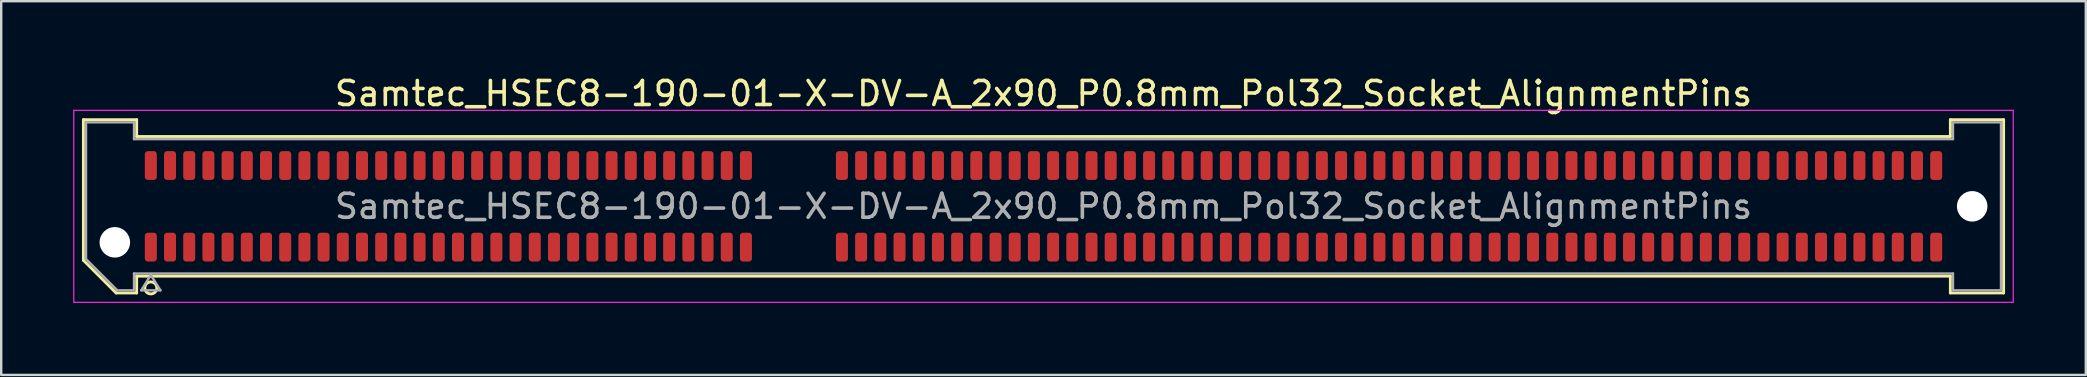
<source format=kicad_pcb>
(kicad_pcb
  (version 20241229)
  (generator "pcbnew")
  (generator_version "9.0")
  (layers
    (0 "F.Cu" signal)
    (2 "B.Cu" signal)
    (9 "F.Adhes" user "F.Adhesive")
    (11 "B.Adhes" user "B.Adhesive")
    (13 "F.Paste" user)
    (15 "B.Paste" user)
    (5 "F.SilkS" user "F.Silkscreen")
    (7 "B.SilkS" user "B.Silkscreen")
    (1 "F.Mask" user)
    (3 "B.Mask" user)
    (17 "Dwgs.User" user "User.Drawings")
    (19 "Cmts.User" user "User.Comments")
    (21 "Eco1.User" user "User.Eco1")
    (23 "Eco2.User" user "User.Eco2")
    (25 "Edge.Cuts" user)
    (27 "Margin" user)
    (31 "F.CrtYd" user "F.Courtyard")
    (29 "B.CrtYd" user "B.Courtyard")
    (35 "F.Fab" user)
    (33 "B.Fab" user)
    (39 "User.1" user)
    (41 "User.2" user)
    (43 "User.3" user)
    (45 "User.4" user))
  (footprint "Samtec_HSEC8-190-01-X-DV-A_2x90_P0.8mm_Pol32_Socket_AlignmentPins"
    (layer "F.Cu")
    (at 40.435 5.548)
    (property "Reference" "Samtec_HSEC8-190-01-X-DV-A_2x90_P0.8mm_Pol32_Socket_AlignmentPins" (at 0 -4.7 0) (layer "F.SilkS") (effects (font (size 1 1) (thickness 0.15))))
    (attr smd)
    (fp_line (start -40.01 -3.61) (end -37.79 -3.61) (stroke (width 0.12) (type solid)) (layer "F.SilkS"))
    (fp_line (start -40.01 2.246) (end -40.01 -3.61) (stroke (width 0.12) (type solid)) (layer "F.SilkS"))
    (fp_line (start -38.646 3.61) (end -40.01 2.246) (stroke (width 0.12) (type solid)) (layer "F.SilkS"))
    (fp_line (start -37.79 -3.61) (end -37.79 -2.91) (stroke (width 0.12) (type solid)) (layer "F.SilkS"))
    (fp_line (start -37.79 -2.91) (end 37.79 -2.91) (stroke (width 0.12) (type solid)) (layer "F.SilkS"))
    (fp_line (start -37.79 2.91) (end -37.79 3.61) (stroke (width 0.12) (type solid)) (layer "F.SilkS"))
    (fp_line (start -37.79 3.61) (end -38.646 3.61) (stroke (width 0.12) (type solid)) (layer "F.SilkS"))
    (fp_line (start 37.79 -3.61) (end 40.01 -3.61) (stroke (width 0.12) (type solid)) (layer "F.SilkS"))
    (fp_line (start 37.79 -2.91) (end 37.79 -3.61) (stroke (width 0.12) (type solid)) (layer "F.SilkS"))
    (fp_line (start 37.79 2.91) (end -37.79 2.91) (stroke (width 0.12) (type solid)) (layer "F.SilkS"))
    (fp_line (start 37.79 3.61) (end 37.79 2.91) (stroke (width 0.12) (type solid)) (layer "F.SilkS"))
    (fp_line (start 40.01 -3.61) (end 40.01 3.61) (stroke (width 0.12) (type solid)) (layer "F.SilkS"))
    (fp_line (start 40.01 3.61) (end 37.79 3.61) (stroke (width 0.12) (type solid)) (layer "F.SilkS"))
    (fp_arc (start -36.95 3.4) (mid -37.45 3.4) (end -36.95 3.4) (stroke (width 0.12) (type solid)) (layer "F.SilkS"))
    (fp_line (start -40.41 -4) (end -40.41 4) (stroke (width 0.05) (type solid)) (layer "F.CrtYd"))
    (fp_line (start -40.41 4) (end 40.41 4) (stroke (width 0.05) (type solid)) (layer "F.CrtYd"))
    (fp_line (start 40.41 -4) (end -40.41 -4) (stroke (width 0.05) (type solid)) (layer "F.CrtYd"))
    (fp_line (start 40.41 4) (end 40.41 -4) (stroke (width 0.05) (type solid)) (layer "F.CrtYd"))
    (fp_line (start -39.9 -3.5) (end -37.9 -3.5) (stroke (width 0.1) (type solid)) (layer "F.Fab"))
    (fp_line (start -39.9 2.2) (end -39.9 -3.5) (stroke (width 0.1) (type solid)) (layer "F.Fab"))
    (fp_line (start -38.6 3.5) (end -39.9 2.2) (stroke (width 0.1) (type solid)) (layer "F.Fab"))
    (fp_line (start -37.9 -3.5) (end -37.9 -2.8) (stroke (width 0.1) (type solid)) (layer "F.Fab"))
    (fp_line (start -37.9 -2.8) (end 37.9 -2.8) (stroke (width 0.1) (type solid)) (layer "F.Fab"))
    (fp_line (start -37.9 2.8) (end -37.9 3.5) (stroke (width 0.1) (type solid)) (layer "F.Fab"))
    (fp_line (start -37.9 3.5) (end -38.6 3.5) (stroke (width 0.1) (type solid)) (layer "F.Fab"))
    (fp_line (start -37.6 3.5) (end -37.2 2.86) (stroke (width 0.1) (type solid)) (layer "F.Fab"))
    (fp_line (start -37.2 2.86) (end -36.8 3.5) (stroke (width 0.1) (type solid)) (layer "F.Fab"))
    (fp_line (start -36.8 3.5) (end -37.6 3.5) (stroke (width 0.1) (type solid)) (layer "F.Fab"))
    (fp_line (start 37.9 -3.5) (end 39.9 -3.5) (stroke (width 0.1) (type solid)) (layer "F.Fab"))
    (fp_line (start 37.9 -2.8) (end 37.9 -3.5) (stroke (width 0.1) (type solid)) (layer "F.Fab"))
    (fp_line (start 37.9 2.8) (end -37.9 2.8) (stroke (width 0.1) (type solid)) (layer "F.Fab"))
    (fp_line (start 37.9 3.5) (end 37.9 2.8) (stroke (width 0.1) (type solid)) (layer "F.Fab"))
    (fp_line (start 39.9 -3.5) (end 39.9 3.5) (stroke (width 0.1) (type solid)) (layer "F.Fab"))
    (fp_line (start 39.9 3.5) (end 37.9 3.5) (stroke (width 0.1) (type solid)) (layer "F.Fab"))
    (fp_text user "${REFERENCE}" (at 0 0 0) (layer "F.Fab") (effects (font (size 1 1) (thickness 0.15))))
    (pad "" np_thru_hole circle (at -38.7 1.5) (size 1.27 1.27) (drill 1.27) (layers "*.Cu" "*.Mask"))
    (pad "" np_thru_hole circle (at 38.7 0) (size 1.27 1.27) (drill 1.27) (layers "*.Cu" "*.Mask"))
    (pad "1" smd roundrect (at -37.2 1.7) (size 0.5 1.2) (layers "F.Cu" "F.Mask" "F.Paste") (roundrect_rratio 0.25))
    (pad "2" smd roundrect (at -37.2 -1.7) (size 0.5 1.2) (layers "F.Cu" "F.Mask" "F.Paste") (roundrect_rratio 0.25))
    (pad "3" smd roundrect (at -36.4 1.7) (size 0.5 1.2) (layers "F.Cu" "F.Mask" "F.Paste") (roundrect_rratio 0.25))
    (pad "4" smd roundrect (at -36.4 -1.7) (size 0.5 1.2) (layers "F.Cu" "F.Mask" "F.Paste") (roundrect_rratio 0.25))
    (pad "5" smd roundrect (at -35.6 1.7) (size 0.5 1.2) (layers "F.Cu" "F.Mask" "F.Paste") (roundrect_rratio 0.25))
    (pad "6" smd roundrect (at -35.6 -1.7) (size 0.5 1.2) (layers "F.Cu" "F.Mask" "F.Paste") (roundrect_rratio 0.25))
    (pad "7" smd roundrect (at -34.8 1.7) (size 0.5 1.2) (layers "F.Cu" "F.Mask" "F.Paste") (roundrect_rratio 0.25))
    (pad "8" smd roundrect (at -34.8 -1.7) (size 0.5 1.2) (layers "F.Cu" "F.Mask" "F.Paste") (roundrect_rratio 0.25))
    (pad "9" smd roundrect (at -34 1.7) (size 0.5 1.2) (layers "F.Cu" "F.Mask" "F.Paste") (roundrect_rratio 0.25))
    (pad "10" smd roundrect (at -34 -1.7) (size 0.5 1.2) (layers "F.Cu" "F.Mask" "F.Paste") (roundrect_rratio 0.25))
    (pad "11" smd roundrect (at -33.2 1.7) (size 0.5 1.2) (layers "F.Cu" "F.Mask" "F.Paste") (roundrect_rratio 0.25))
    (pad "12" smd roundrect (at -33.2 -1.7) (size 0.5 1.2) (layers "F.Cu" "F.Mask" "F.Paste") (roundrect_rratio 0.25))
    (pad "13" smd roundrect (at -32.4 1.7) (size 0.5 1.2) (layers "F.Cu" "F.Mask" "F.Paste") (roundrect_rratio 0.25))
    (pad "14" smd roundrect (at -32.4 -1.7) (size 0.5 1.2) (layers "F.Cu" "F.Mask" "F.Paste") (roundrect_rratio 0.25))
    (pad "15" smd roundrect (at -31.6 1.7) (size 0.5 1.2) (layers "F.Cu" "F.Mask" "F.Paste") (roundrect_rratio 0.25))
    (pad "16" smd roundrect (at -31.6 -1.7) (size 0.5 1.2) (layers "F.Cu" "F.Mask" "F.Paste") (roundrect_rratio 0.25))
    (pad "17" smd roundrect (at -30.8 1.7) (size 0.5 1.2) (layers "F.Cu" "F.Mask" "F.Paste") (roundrect_rratio 0.25))
    (pad "18" smd roundrect (at -30.8 -1.7) (size 0.5 1.2) (layers "F.Cu" "F.Mask" "F.Paste") (roundrect_rratio 0.25))
    (pad "19" smd roundrect (at -30 1.7) (size 0.5 1.2) (layers "F.Cu" "F.Mask" "F.Paste") (roundrect_rratio 0.25))
    (pad "20" smd roundrect (at -30 -1.7) (size 0.5 1.2) (layers "F.Cu" "F.Mask" "F.Paste") (roundrect_rratio 0.25))
    (pad "21" smd roundrect (at -29.2 1.7) (size 0.5 1.2) (layers "F.Cu" "F.Mask" "F.Paste") (roundrect_rratio 0.25))
    (pad "22" smd roundrect (at -29.2 -1.7) (size 0.5 1.2) (layers "F.Cu" "F.Mask" "F.Paste") (roundrect_rratio 0.25))
    (pad "23" smd roundrect (at -28.4 1.7) (size 0.5 1.2) (layers "F.Cu" "F.Mask" "F.Paste") (roundrect_rratio 0.25))
    (pad "24" smd roundrect (at -28.4 -1.7) (size 0.5 1.2) (layers "F.Cu" "F.Mask" "F.Paste") (roundrect_rratio 0.25))
    (pad "25" smd roundrect (at -27.6 1.7) (size 0.5 1.2) (layers "F.Cu" "F.Mask" "F.Paste") (roundrect_rratio 0.25))
    (pad "26" smd roundrect (at -27.6 -1.7) (size 0.5 1.2) (layers "F.Cu" "F.Mask" "F.Paste") (roundrect_rratio 0.25))
    (pad "27" smd roundrect (at -26.8 1.7) (size 0.5 1.2) (layers "F.Cu" "F.Mask" "F.Paste") (roundrect_rratio 0.25))
    (pad "28" smd roundrect (at -26.8 -1.7) (size 0.5 1.2) (layers "F.Cu" "F.Mask" "F.Paste") (roundrect_rratio 0.25))
    (pad "29" smd roundrect (at -26 1.7) (size 0.5 1.2) (layers "F.Cu" "F.Mask" "F.Paste") (roundrect_rratio 0.25))
    (pad "30" smd roundrect (at -26 -1.7) (size 0.5 1.2) (layers "F.Cu" "F.Mask" "F.Paste") (roundrect_rratio 0.25))
    (pad "31" smd roundrect (at -25.2 1.7) (size 0.5 1.2) (layers "F.Cu" "F.Mask" "F.Paste") (roundrect_rratio 0.25))
    (pad "32" smd roundrect (at -25.2 -1.7) (size 0.5 1.2) (layers "F.Cu" "F.Mask" "F.Paste") (roundrect_rratio 0.25))
    (pad "33" smd roundrect (at -24.4 1.7) (size 0.5 1.2) (layers "F.Cu" "F.Mask" "F.Paste") (roundrect_rratio 0.25))
    (pad "34" smd roundrect (at -24.4 -1.7) (size 0.5 1.2) (layers "F.Cu" "F.Mask" "F.Paste") (roundrect_rratio 0.25))
    (pad "35" smd roundrect (at -23.6 1.7) (size 0.5 1.2) (layers "F.Cu" "F.Mask" "F.Paste") (roundrect_rratio 0.25))
    (pad "36" smd roundrect (at -23.6 -1.7) (size 0.5 1.2) (layers "F.Cu" "F.Mask" "F.Paste") (roundrect_rratio 0.25))
    (pad "37" smd roundrect (at -22.8 1.7) (size 0.5 1.2) (layers "F.Cu" "F.Mask" "F.Paste") (roundrect_rratio 0.25))
    (pad "38" smd roundrect (at -22.8 -1.7) (size 0.5 1.2) (layers "F.Cu" "F.Mask" "F.Paste") (roundrect_rratio 0.25))
    (pad "39" smd roundrect (at -22 1.7) (size 0.5 1.2) (layers "F.Cu" "F.Mask" "F.Paste") (roundrect_rratio 0.25))
    (pad "40" smd roundrect (at -22 -1.7) (size 0.5 1.2) (layers "F.Cu" "F.Mask" "F.Paste") (roundrect_rratio 0.25))
    (pad "41" smd roundrect (at -21.2 1.7) (size 0.5 1.2) (layers "F.Cu" "F.Mask" "F.Paste") (roundrect_rratio 0.25))
    (pad "42" smd roundrect (at -21.2 -1.7) (size 0.5 1.2) (layers "F.Cu" "F.Mask" "F.Paste") (roundrect_rratio 0.25))
    (pad "43" smd roundrect (at -20.4 1.7) (size 0.5 1.2) (layers "F.Cu" "F.Mask" "F.Paste") (roundrect_rratio 0.25))
    (pad "44" smd roundrect (at -20.4 -1.7) (size 0.5 1.2) (layers "F.Cu" "F.Mask" "F.Paste") (roundrect_rratio 0.25))
    (pad "45" smd roundrect (at -19.6 1.7) (size 0.5 1.2) (layers "F.Cu" "F.Mask" "F.Paste") (roundrect_rratio 0.25))
    (pad "46" smd roundrect (at -19.6 -1.7) (size 0.5 1.2) (layers "F.Cu" "F.Mask" "F.Paste") (roundrect_rratio 0.25))
    (pad "47" smd roundrect (at -18.8 1.7) (size 0.5 1.2) (layers "F.Cu" "F.Mask" "F.Paste") (roundrect_rratio 0.25))
    (pad "48" smd roundrect (at -18.8 -1.7) (size 0.5 1.2) (layers "F.Cu" "F.Mask" "F.Paste") (roundrect_rratio 0.25))
    (pad "49" smd roundrect (at -18 1.7) (size 0.5 1.2) (layers "F.Cu" "F.Mask" "F.Paste") (roundrect_rratio 0.25))
    (pad "50" smd roundrect (at -18 -1.7) (size 0.5 1.2) (layers "F.Cu" "F.Mask" "F.Paste") (roundrect_rratio 0.25))
    (pad "51" smd roundrect (at -17.2 1.7) (size 0.5 1.2) (layers "F.Cu" "F.Mask" "F.Paste") (roundrect_rratio 0.25))
    (pad "52" smd roundrect (at -17.2 -1.7) (size 0.5 1.2) (layers "F.Cu" "F.Mask" "F.Paste") (roundrect_rratio 0.25))
    (pad "53" smd roundrect (at -16.4 1.7) (size 0.5 1.2) (layers "F.Cu" "F.Mask" "F.Paste") (roundrect_rratio 0.25))
    (pad "54" smd roundrect (at -16.4 -1.7) (size 0.5 1.2) (layers "F.Cu" "F.Mask" "F.Paste") (roundrect_rratio 0.25))
    (pad "55" smd roundrect (at -15.6 1.7) (size 0.5 1.2) (layers "F.Cu" "F.Mask" "F.Paste") (roundrect_rratio 0.25))
    (pad "56" smd roundrect (at -15.6 -1.7) (size 0.5 1.2) (layers "F.Cu" "F.Mask" "F.Paste") (roundrect_rratio 0.25))
    (pad "57" smd roundrect (at -14.8 1.7) (size 0.5 1.2) (layers "F.Cu" "F.Mask" "F.Paste") (roundrect_rratio 0.25))
    (pad "58" smd roundrect (at -14.8 -1.7) (size 0.5 1.2) (layers "F.Cu" "F.Mask" "F.Paste") (roundrect_rratio 0.25))
    (pad "59" smd roundrect (at -14 1.7) (size 0.5 1.2) (layers "F.Cu" "F.Mask" "F.Paste") (roundrect_rratio 0.25))
    (pad "60" smd roundrect (at -14 -1.7) (size 0.5 1.2) (layers "F.Cu" "F.Mask" "F.Paste") (roundrect_rratio 0.25))
    (pad "61" smd roundrect (at -13.2 1.7) (size 0.5 1.2) (layers "F.Cu" "F.Mask" "F.Paste") (roundrect_rratio 0.25))
    (pad "62" smd roundrect (at -13.2 -1.7) (size 0.5 1.2) (layers "F.Cu" "F.Mask" "F.Paste") (roundrect_rratio 0.25))
    (pad "63" smd roundrect (at -12.4 1.7) (size 0.5 1.2) (layers "F.Cu" "F.Mask" "F.Paste") (roundrect_rratio 0.25))
    (pad "64" smd roundrect (at -12.4 -1.7) (size 0.5 1.2) (layers "F.Cu" "F.Mask" "F.Paste") (roundrect_rratio 0.25))
    (pad "65" smd roundrect (at -8.4 1.7) (size 0.5 1.2) (layers "F.Cu" "F.Mask" "F.Paste") (roundrect_rratio 0.25))
    (pad "66" smd roundrect (at -8.4 -1.7) (size 0.5 1.2) (layers "F.Cu" "F.Mask" "F.Paste") (roundrect_rratio 0.25))
    (pad "67" smd roundrect (at -7.6 1.7) (size 0.5 1.2) (layers "F.Cu" "F.Mask" "F.Paste") (roundrect_rratio 0.25))
    (pad "68" smd roundrect (at -7.6 -1.7) (size 0.5 1.2) (layers "F.Cu" "F.Mask" "F.Paste") (roundrect_rratio 0.25))
    (pad "69" smd roundrect (at -6.8 1.7) (size 0.5 1.2) (layers "F.Cu" "F.Mask" "F.Paste") (roundrect_rratio 0.25))
    (pad "70" smd roundrect (at -6.8 -1.7) (size 0.5 1.2) (layers "F.Cu" "F.Mask" "F.Paste") (roundrect_rratio 0.25))
    (pad "71" smd roundrect (at -6 1.7) (size 0.5 1.2) (layers "F.Cu" "F.Mask" "F.Paste") (roundrect_rratio 0.25))
    (pad "72" smd roundrect (at -6 -1.7) (size 0.5 1.2) (layers "F.Cu" "F.Mask" "F.Paste") (roundrect_rratio 0.25))
    (pad "73" smd roundrect (at -5.2 1.7) (size 0.5 1.2) (layers "F.Cu" "F.Mask" "F.Paste") (roundrect_rratio 0.25))
    (pad "74" smd roundrect (at -5.2 -1.7) (size 0.5 1.2) (layers "F.Cu" "F.Mask" "F.Paste") (roundrect_rratio 0.25))
    (pad "75" smd roundrect (at -4.4 1.7) (size 0.5 1.2) (layers "F.Cu" "F.Mask" "F.Paste") (roundrect_rratio 0.25))
    (pad "76" smd roundrect (at -4.4 -1.7) (size 0.5 1.2) (layers "F.Cu" "F.Mask" "F.Paste") (roundrect_rratio 0.25))
    (pad "77" smd roundrect (at -3.6 1.7) (size 0.5 1.2) (layers "F.Cu" "F.Mask" "F.Paste") (roundrect_rratio 0.25))
    (pad "78" smd roundrect (at -3.6 -1.7) (size 0.5 1.2) (layers "F.Cu" "F.Mask" "F.Paste") (roundrect_rratio 0.25))
    (pad "79" smd roundrect (at -2.8 1.7) (size 0.5 1.2) (layers "F.Cu" "F.Mask" "F.Paste") (roundrect_rratio 0.25))
    (pad "80" smd roundrect (at -2.8 -1.7) (size 0.5 1.2) (layers "F.Cu" "F.Mask" "F.Paste") (roundrect_rratio 0.25))
    (pad "81" smd roundrect (at -2 1.7) (size 0.5 1.2) (layers "F.Cu" "F.Mask" "F.Paste") (roundrect_rratio 0.25))
    (pad "82" smd roundrect (at -2 -1.7) (size 0.5 1.2) (layers "F.Cu" "F.Mask" "F.Paste") (roundrect_rratio 0.25))
    (pad "83" smd roundrect (at -1.2 1.7) (size 0.5 1.2) (layers "F.Cu" "F.Mask" "F.Paste") (roundrect_rratio 0.25))
    (pad "84" smd roundrect (at -1.2 -1.7) (size 0.5 1.2) (layers "F.Cu" "F.Mask" "F.Paste") (roundrect_rratio 0.25))
    (pad "85" smd roundrect (at -0.4 1.7) (size 0.5 1.2) (layers "F.Cu" "F.Mask" "F.Paste") (roundrect_rratio 0.25))
    (pad "86" smd roundrect (at -0.4 -1.7) (size 0.5 1.2) (layers "F.Cu" "F.Mask" "F.Paste") (roundrect_rratio 0.25))
    (pad "87" smd roundrect (at 0.4 1.7) (size 0.5 1.2) (layers "F.Cu" "F.Mask" "F.Paste") (roundrect_rratio 0.25))
    (pad "88" smd roundrect (at 0.4 -1.7) (size 0.5 1.2) (layers "F.Cu" "F.Mask" "F.Paste") (roundrect_rratio 0.25))
    (pad "89" smd roundrect (at 1.2 1.7) (size 0.5 1.2) (layers "F.Cu" "F.Mask" "F.Paste") (roundrect_rratio 0.25))
    (pad "90" smd roundrect (at 1.2 -1.7) (size 0.5 1.2) (layers "F.Cu" "F.Mask" "F.Paste") (roundrect_rratio 0.25))
    (pad "91" smd roundrect (at 2 1.7) (size 0.5 1.2) (layers "F.Cu" "F.Mask" "F.Paste") (roundrect_rratio 0.25))
    (pad "92" smd roundrect (at 2 -1.7) (size 0.5 1.2) (layers "F.Cu" "F.Mask" "F.Paste") (roundrect_rratio 0.25))
    (pad "93" smd roundrect (at 2.8 1.7) (size 0.5 1.2) (layers "F.Cu" "F.Mask" "F.Paste") (roundrect_rratio 0.25))
    (pad "94" smd roundrect (at 2.8 -1.7) (size 0.5 1.2) (layers "F.Cu" "F.Mask" "F.Paste") (roundrect_rratio 0.25))
    (pad "95" smd roundrect (at 3.6 1.7) (size 0.5 1.2) (layers "F.Cu" "F.Mask" "F.Paste") (roundrect_rratio 0.25))
    (pad "96" smd roundrect (at 3.6 -1.7) (size 0.5 1.2) (layers "F.Cu" "F.Mask" "F.Paste") (roundrect_rratio 0.25))
    (pad "97" smd roundrect (at 4.4 1.7) (size 0.5 1.2) (layers "F.Cu" "F.Mask" "F.Paste") (roundrect_rratio 0.25))
    (pad "98" smd roundrect (at 4.4 -1.7) (size 0.5 1.2) (layers "F.Cu" "F.Mask" "F.Paste") (roundrect_rratio 0.25))
    (pad "99" smd roundrect (at 5.2 1.7) (size 0.5 1.2) (layers "F.Cu" "F.Mask" "F.Paste") (roundrect_rratio 0.25))
    (pad "100" smd roundrect (at 5.2 -1.7) (size 0.5 1.2) (layers "F.Cu" "F.Mask" "F.Paste") (roundrect_rratio 0.25))
    (pad "101" smd roundrect (at 6 1.7) (size 0.5 1.2) (layers "F.Cu" "F.Mask" "F.Paste") (roundrect_rratio 0.25))
    (pad "102" smd roundrect (at 6 -1.7) (size 0.5 1.2) (layers "F.Cu" "F.Mask" "F.Paste") (roundrect_rratio 0.25))
    (pad "103" smd roundrect (at 6.8 1.7) (size 0.5 1.2) (layers "F.Cu" "F.Mask" "F.Paste") (roundrect_rratio 0.25))
    (pad "104" smd roundrect (at 6.8 -1.7) (size 0.5 1.2) (layers "F.Cu" "F.Mask" "F.Paste") (roundrect_rratio 0.25))
    (pad "105" smd roundrect (at 7.6 1.7) (size 0.5 1.2) (layers "F.Cu" "F.Mask" "F.Paste") (roundrect_rratio 0.25))
    (pad "106" smd roundrect (at 7.6 -1.7) (size 0.5 1.2) (layers "F.Cu" "F.Mask" "F.Paste") (roundrect_rratio 0.25))
    (pad "107" smd roundrect (at 8.4 1.7) (size 0.5 1.2) (layers "F.Cu" "F.Mask" "F.Paste") (roundrect_rratio 0.25))
    (pad "108" smd roundrect (at 8.4 -1.7) (size 0.5 1.2) (layers "F.Cu" "F.Mask" "F.Paste") (roundrect_rratio 0.25))
    (pad "109" smd roundrect (at 9.2 1.7) (size 0.5 1.2) (layers "F.Cu" "F.Mask" "F.Paste") (roundrect_rratio 0.25))
    (pad "110" smd roundrect (at 9.2 -1.7) (size 0.5 1.2) (layers "F.Cu" "F.Mask" "F.Paste") (roundrect_rratio 0.25))
    (pad "111" smd roundrect (at 10 1.7) (size 0.5 1.2) (layers "F.Cu" "F.Mask" "F.Paste") (roundrect_rratio 0.25))
    (pad "112" smd roundrect (at 10 -1.7) (size 0.5 1.2) (layers "F.Cu" "F.Mask" "F.Paste") (roundrect_rratio 0.25))
    (pad "113" smd roundrect (at 10.8 1.7) (size 0.5 1.2) (layers "F.Cu" "F.Mask" "F.Paste") (roundrect_rratio 0.25))
    (pad "114" smd roundrect (at 10.8 -1.7) (size 0.5 1.2) (layers "F.Cu" "F.Mask" "F.Paste") (roundrect_rratio 0.25))
    (pad "115" smd roundrect (at 11.6 1.7) (size 0.5 1.2) (layers "F.Cu" "F.Mask" "F.Paste") (roundrect_rratio 0.25))
    (pad "116" smd roundrect (at 11.6 -1.7) (size 0.5 1.2) (layers "F.Cu" "F.Mask" "F.Paste") (roundrect_rratio 0.25))
    (pad "117" smd roundrect (at 12.4 1.7) (size 0.5 1.2) (layers "F.Cu" "F.Mask" "F.Paste") (roundrect_rratio 0.25))
    (pad "118" smd roundrect (at 12.4 -1.7) (size 0.5 1.2) (layers "F.Cu" "F.Mask" "F.Paste") (roundrect_rratio 0.25))
    (pad "119" smd roundrect (at 13.2 1.7) (size 0.5 1.2) (layers "F.Cu" "F.Mask" "F.Paste") (roundrect_rratio 0.25))
    (pad "120" smd roundrect (at 13.2 -1.7) (size 0.5 1.2) (layers "F.Cu" "F.Mask" "F.Paste") (roundrect_rratio 0.25))
    (pad "121" smd roundrect (at 14 1.7) (size 0.5 1.2) (layers "F.Cu" "F.Mask" "F.Paste") (roundrect_rratio 0.25))
    (pad "122" smd roundrect (at 14 -1.7) (size 0.5 1.2) (layers "F.Cu" "F.Mask" "F.Paste") (roundrect_rratio 0.25))
    (pad "123" smd roundrect (at 14.8 1.7) (size 0.5 1.2) (layers "F.Cu" "F.Mask" "F.Paste") (roundrect_rratio 0.25))
    (pad "124" smd roundrect (at 14.8 -1.7) (size 0.5 1.2) (layers "F.Cu" "F.Mask" "F.Paste") (roundrect_rratio 0.25))
    (pad "125" smd roundrect (at 15.6 1.7) (size 0.5 1.2) (layers "F.Cu" "F.Mask" "F.Paste") (roundrect_rratio 0.25))
    (pad "126" smd roundrect (at 15.6 -1.7) (size 0.5 1.2) (layers "F.Cu" "F.Mask" "F.Paste") (roundrect_rratio 0.25))
    (pad "127" smd roundrect (at 16.4 1.7) (size 0.5 1.2) (layers "F.Cu" "F.Mask" "F.Paste") (roundrect_rratio 0.25))
    (pad "128" smd roundrect (at 16.4 -1.7) (size 0.5 1.2) (layers "F.Cu" "F.Mask" "F.Paste") (roundrect_rratio 0.25))
    (pad "129" smd roundrect (at 17.2 1.7) (size 0.5 1.2) (layers "F.Cu" "F.Mask" "F.Paste") (roundrect_rratio 0.25))
    (pad "130" smd roundrect (at 17.2 -1.7) (size 0.5 1.2) (layers "F.Cu" "F.Mask" "F.Paste") (roundrect_rratio 0.25))
    (pad "131" smd roundrect (at 18 1.7) (size 0.5 1.2) (layers "F.Cu" "F.Mask" "F.Paste") (roundrect_rratio 0.25))
    (pad "132" smd roundrect (at 18 -1.7) (size 0.5 1.2) (layers "F.Cu" "F.Mask" "F.Paste") (roundrect_rratio 0.25))
    (pad "133" smd roundrect (at 18.8 1.7) (size 0.5 1.2) (layers "F.Cu" "F.Mask" "F.Paste") (roundrect_rratio 0.25))
    (pad "134" smd roundrect (at 18.8 -1.7) (size 0.5 1.2) (layers "F.Cu" "F.Mask" "F.Paste") (roundrect_rratio 0.25))
    (pad "135" smd roundrect (at 19.6 1.7) (size 0.5 1.2) (layers "F.Cu" "F.Mask" "F.Paste") (roundrect_rratio 0.25))
    (pad "136" smd roundrect (at 19.6 -1.7) (size 0.5 1.2) (layers "F.Cu" "F.Mask" "F.Paste") (roundrect_rratio 0.25))
    (pad "137" smd roundrect (at 20.4 1.7) (size 0.5 1.2) (layers "F.Cu" "F.Mask" "F.Paste") (roundrect_rratio 0.25))
    (pad "138" smd roundrect (at 20.4 -1.7) (size 0.5 1.2) (layers "F.Cu" "F.Mask" "F.Paste") (roundrect_rratio 0.25))
    (pad "139" smd roundrect (at 21.2 1.7) (size 0.5 1.2) (layers "F.Cu" "F.Mask" "F.Paste") (roundrect_rratio 0.25))
    (pad "140" smd roundrect (at 21.2 -1.7) (size 0.5 1.2) (layers "F.Cu" "F.Mask" "F.Paste") (roundrect_rratio 0.25))
    (pad "141" smd roundrect (at 22 1.7) (size 0.5 1.2) (layers "F.Cu" "F.Mask" "F.Paste") (roundrect_rratio 0.25))
    (pad "142" smd roundrect (at 22 -1.7) (size 0.5 1.2) (layers "F.Cu" "F.Mask" "F.Paste") (roundrect_rratio 0.25))
    (pad "143" smd roundrect (at 22.8 1.7) (size 0.5 1.2) (layers "F.Cu" "F.Mask" "F.Paste") (roundrect_rratio 0.25))
    (pad "144" smd roundrect (at 22.8 -1.7) (size 0.5 1.2) (layers "F.Cu" "F.Mask" "F.Paste") (roundrect_rratio 0.25))
    (pad "145" smd roundrect (at 23.6 1.7) (size 0.5 1.2) (layers "F.Cu" "F.Mask" "F.Paste") (roundrect_rratio 0.25))
    (pad "146" smd roundrect (at 23.6 -1.7) (size 0.5 1.2) (layers "F.Cu" "F.Mask" "F.Paste") (roundrect_rratio 0.25))
    (pad "147" smd roundrect (at 24.4 1.7) (size 0.5 1.2) (layers "F.Cu" "F.Mask" "F.Paste") (roundrect_rratio 0.25))
    (pad "148" smd roundrect (at 24.4 -1.7) (size 0.5 1.2) (layers "F.Cu" "F.Mask" "F.Paste") (roundrect_rratio 0.25))
    (pad "149" smd roundrect (at 25.2 1.7) (size 0.5 1.2) (layers "F.Cu" "F.Mask" "F.Paste") (roundrect_rratio 0.25))
    (pad "150" smd roundrect (at 25.2 -1.7) (size 0.5 1.2) (layers "F.Cu" "F.Mask" "F.Paste") (roundrect_rratio 0.25))
    (pad "151" smd roundrect (at 26 1.7) (size 0.5 1.2) (layers "F.Cu" "F.Mask" "F.Paste") (roundrect_rratio 0.25))
    (pad "152" smd roundrect (at 26 -1.7) (size 0.5 1.2) (layers "F.Cu" "F.Mask" "F.Paste") (roundrect_rratio 0.25))
    (pad "153" smd roundrect (at 26.8 1.7) (size 0.5 1.2) (layers "F.Cu" "F.Mask" "F.Paste") (roundrect_rratio 0.25))
    (pad "154" smd roundrect (at 26.8 -1.7) (size 0.5 1.2) (layers "F.Cu" "F.Mask" "F.Paste") (roundrect_rratio 0.25))
    (pad "155" smd roundrect (at 27.6 1.7) (size 0.5 1.2) (layers "F.Cu" "F.Mask" "F.Paste") (roundrect_rratio 0.25))
    (pad "156" smd roundrect (at 27.6 -1.7) (size 0.5 1.2) (layers "F.Cu" "F.Mask" "F.Paste") (roundrect_rratio 0.25))
    (pad "157" smd roundrect (at 28.4 1.7) (size 0.5 1.2) (layers "F.Cu" "F.Mask" "F.Paste") (roundrect_rratio 0.25))
    (pad "158" smd roundrect (at 28.4 -1.7) (size 0.5 1.2) (layers "F.Cu" "F.Mask" "F.Paste") (roundrect_rratio 0.25))
    (pad "159" smd roundrect (at 29.2 1.7) (size 0.5 1.2) (layers "F.Cu" "F.Mask" "F.Paste") (roundrect_rratio 0.25))
    (pad "160" smd roundrect (at 29.2 -1.7) (size 0.5 1.2) (layers "F.Cu" "F.Mask" "F.Paste") (roundrect_rratio 0.25))
    (pad "161" smd roundrect (at 30 1.7) (size 0.5 1.2) (layers "F.Cu" "F.Mask" "F.Paste") (roundrect_rratio 0.25))
    (pad "162" smd roundrect (at 30 -1.7) (size 0.5 1.2) (layers "F.Cu" "F.Mask" "F.Paste") (roundrect_rratio 0.25))
    (pad "163" smd roundrect (at 30.8 1.7) (size 0.5 1.2) (layers "F.Cu" "F.Mask" "F.Paste") (roundrect_rratio 0.25))
    (pad "164" smd roundrect (at 30.8 -1.7) (size 0.5 1.2) (layers "F.Cu" "F.Mask" "F.Paste") (roundrect_rratio 0.25))
    (pad "165" smd roundrect (at 31.6 1.7) (size 0.5 1.2) (layers "F.Cu" "F.Mask" "F.Paste") (roundrect_rratio 0.25))
    (pad "166" smd roundrect (at 31.6 -1.7) (size 0.5 1.2) (layers "F.Cu" "F.Mask" "F.Paste") (roundrect_rratio 0.25))
    (pad "167" smd roundrect (at 32.4 1.7) (size 0.5 1.2) (layers "F.Cu" "F.Mask" "F.Paste") (roundrect_rratio 0.25))
    (pad "168" smd roundrect (at 32.4 -1.7) (size 0.5 1.2) (layers "F.Cu" "F.Mask" "F.Paste") (roundrect_rratio 0.25))
    (pad "169" smd roundrect (at 33.2 1.7) (size 0.5 1.2) (layers "F.Cu" "F.Mask" "F.Paste") (roundrect_rratio 0.25))
    (pad "170" smd roundrect (at 33.2 -1.7) (size 0.5 1.2) (layers "F.Cu" "F.Mask" "F.Paste") (roundrect_rratio 0.25))
    (pad "171" smd roundrect (at 34 1.7) (size 0.5 1.2) (layers "F.Cu" "F.Mask" "F.Paste") (roundrect_rratio 0.25))
    (pad "172" smd roundrect (at 34 -1.7) (size 0.5 1.2) (layers "F.Cu" "F.Mask" "F.Paste") (roundrect_rratio 0.25))
    (pad "173" smd roundrect (at 34.8 1.7) (size 0.5 1.2) (layers "F.Cu" "F.Mask" "F.Paste") (roundrect_rratio 0.25))
    (pad "174" smd roundrect (at 34.8 -1.7) (size 0.5 1.2) (layers "F.Cu" "F.Mask" "F.Paste") (roundrect_rratio 0.25))
    (pad "175" smd roundrect (at 35.6 1.7) (size 0.5 1.2) (layers "F.Cu" "F.Mask" "F.Paste") (roundrect_rratio 0.25))
    (pad "176" smd roundrect (at 35.6 -1.7) (size 0.5 1.2) (layers "F.Cu" "F.Mask" "F.Paste") (roundrect_rratio 0.25))
    (pad "177" smd roundrect (at 36.4 1.7) (size 0.5 1.2) (layers "F.Cu" "F.Mask" "F.Paste") (roundrect_rratio 0.25))
    (pad "178" smd roundrect (at 36.4 -1.7) (size 0.5 1.2) (layers "F.Cu" "F.Mask" "F.Paste") (roundrect_rratio 0.25))
    (pad "179" smd roundrect (at 37.2 1.7) (size 0.5 1.2) (layers "F.Cu" "F.Mask" "F.Paste") (roundrect_rratio 0.25))
    (pad "180" smd roundrect (at 37.2 -1.7) (size 0.5 1.2) (layers "F.Cu" "F.Mask" "F.Paste") (roundrect_rratio 0.25)))
  (gr_rect
    (start -3 -3)
    (end 83.87 12.573)
    (stroke (width 0.1) (type default))
    (fill no)
    (layer "Edge.Cuts")))
</source>
